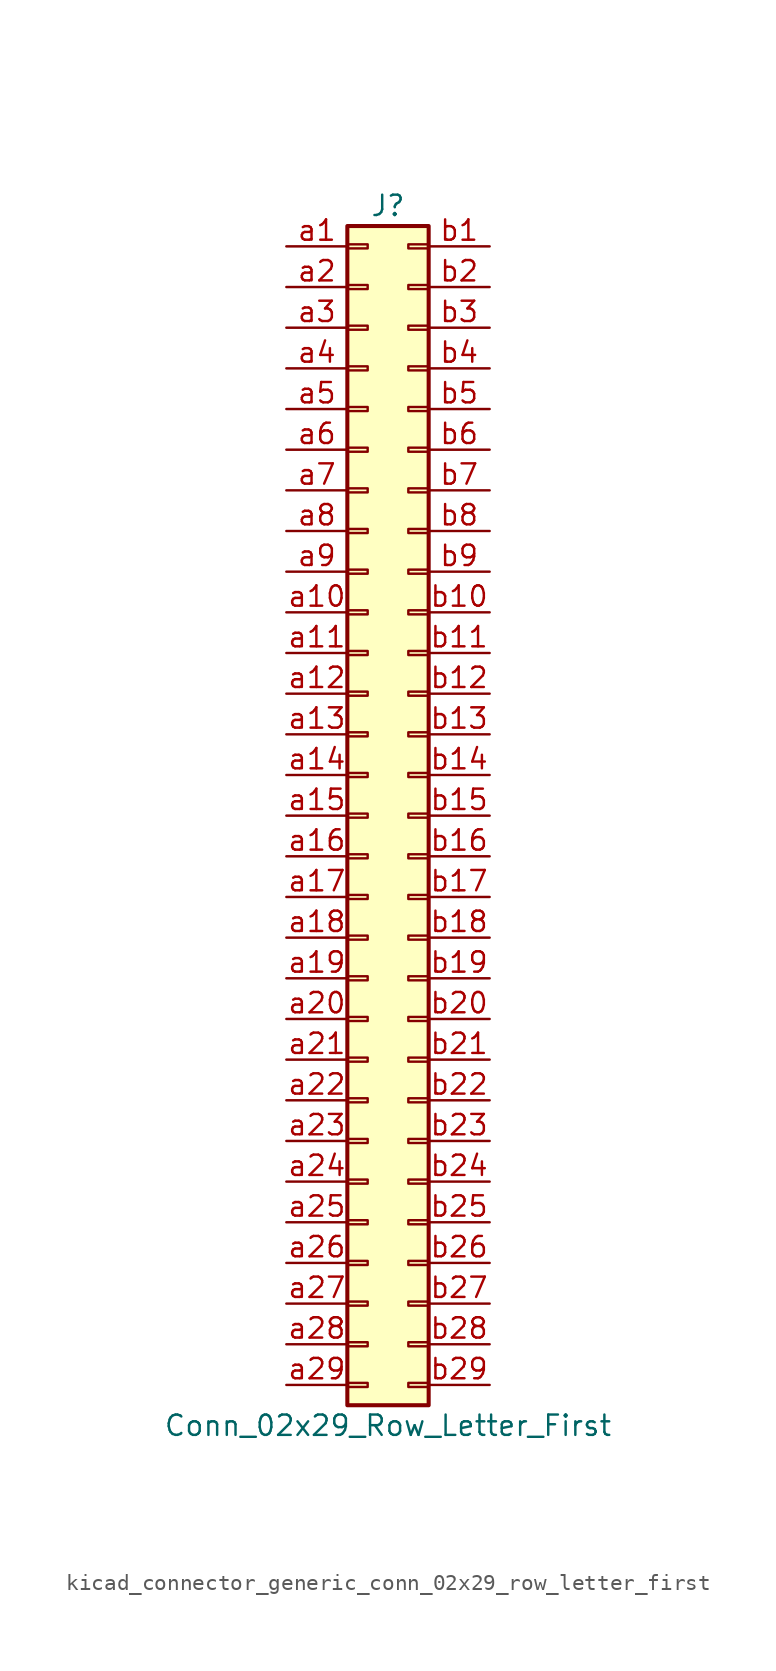
<source format=kicad_sym>
(kicad_symbol_lib
  (version 20220914)
  (generator kicad_symbol_editor)
  (symbol "kicad_connector_generic_conn_02x29_row_letter_first"
    (pin_names
      (offset 1.016) hide)
    (property "Reference" "J"
      (at 1.27 38.1 0)
      (effects (font (size 1.27 1.27))))
    (property "Value" "Conn_02x29_Row_Letter_First"
      (at 1.27 -38.1 0)
      (effects (font (size 1.27 1.27))))
    (symbol "kicad_connector_generic_conn_02x29_row_letter_first_1_1"
      (rectangle (start -1.27 -35.433) (end 0 -35.687) (stroke (width 0.152) (type default)) (fill (type none)))
      (rectangle (start -1.27 -32.893) (end 0 -33.147) (stroke (width 0.152) (type default)) (fill (type none)))
      (rectangle (start -1.27 -30.353) (end 0 -30.607) (stroke (width 0.152) (type default)) (fill (type none)))
      (rectangle (start -1.27 -27.813) (end 0 -28.067) (stroke (width 0.152) (type default)) (fill (type none)))
      (rectangle (start -1.27 -25.273) (end 0 -25.527) (stroke (width 0.152) (type default)) (fill (type none)))
      (rectangle (start -1.27 -22.733) (end 0 -22.987) (stroke (width 0.152) (type default)) (fill (type none)))
      (rectangle (start -1.27 -20.193) (end 0 -20.447) (stroke (width 0.152) (type default)) (fill (type none)))
      (rectangle (start -1.27 -17.653) (end 0 -17.907) (stroke (width 0.152) (type default)) (fill (type none)))
      (rectangle (start -1.27 -15.113) (end 0 -15.367) (stroke (width 0.152) (type default)) (fill (type none)))
      (rectangle (start -1.27 -12.573) (end 0 -12.827) (stroke (width 0.152) (type default)) (fill (type none)))
      (rectangle (start -1.27 -10.033) (end 0 -10.287) (stroke (width 0.152) (type default)) (fill (type none)))
      (rectangle (start -1.27 -7.493) (end 0 -7.747) (stroke (width 0.152) (type default)) (fill (type none)))
      (rectangle (start -1.27 -4.953) (end 0 -5.207) (stroke (width 0.152) (type default)) (fill (type none)))
      (rectangle (start -1.27 -2.413) (end 0 -2.667) (stroke (width 0.152) (type default)) (fill (type none)))
      (rectangle (start -1.27 0.127) (end 0 -0.127) (stroke (width 0.152) (type default)) (fill (type none)))
      (rectangle (start -1.27 2.667) (end 0 2.413) (stroke (width 0.152) (type default)) (fill (type none)))
      (rectangle (start -1.27 5.207) (end 0 4.953) (stroke (width 0.152) (type default)) (fill (type none)))
      (rectangle (start -1.27 7.747) (end 0 7.493) (stroke (width 0.152) (type default)) (fill (type none)))
      (rectangle (start -1.27 10.287) (end 0 10.033) (stroke (width 0.152) (type default)) (fill (type none)))
      (rectangle (start -1.27 12.827) (end 0 12.573) (stroke (width 0.152) (type default)) (fill (type none)))
      (rectangle (start -1.27 15.367) (end 0 15.113) (stroke (width 0.152) (type default)) (fill (type none)))
      (rectangle (start -1.27 17.907) (end 0 17.653) (stroke (width 0.152) (type default)) (fill (type none)))
      (rectangle (start -1.27 20.447) (end 0 20.193) (stroke (width 0.152) (type default)) (fill (type none)))
      (rectangle (start -1.27 22.987) (end 0 22.733) (stroke (width 0.152) (type default)) (fill (type none)))
      (rectangle (start -1.27 25.527) (end 0 25.273) (stroke (width 0.152) (type default)) (fill (type none)))
      (rectangle (start -1.27 28.067) (end 0 27.813) (stroke (width 0.152) (type default)) (fill (type none)))
      (rectangle (start -1.27 30.607) (end 0 30.353) (stroke (width 0.152) (type default)) (fill (type none)))
      (rectangle (start -1.27 33.147) (end 0 32.893) (stroke (width 0.152) (type default)) (fill (type none)))
      (rectangle (start -1.27 35.687) (end 0 35.433) (stroke (width 0.152) (type default)) (fill (type none)))
      (rectangle (start -1.27 36.83) (end 3.81 -36.83) (stroke (width 0.254) (type default)) (fill (type background)))
      (rectangle (start 3.81 -35.433) (end 2.54 -35.687) (stroke (width 0.152) (type default)) (fill (type none)))
      (rectangle (start 3.81 -32.893) (end 2.54 -33.147) (stroke (width 0.152) (type default)) (fill (type none)))
      (rectangle (start 3.81 -30.353) (end 2.54 -30.607) (stroke (width 0.152) (type default)) (fill (type none)))
      (rectangle (start 3.81 -27.813) (end 2.54 -28.067) (stroke (width 0.152) (type default)) (fill (type none)))
      (rectangle (start 3.81 -25.273) (end 2.54 -25.527) (stroke (width 0.152) (type default)) (fill (type none)))
      (rectangle (start 3.81 -22.733) (end 2.54 -22.987) (stroke (width 0.152) (type default)) (fill (type none)))
      (rectangle (start 3.81 -20.193) (end 2.54 -20.447) (stroke (width 0.152) (type default)) (fill (type none)))
      (rectangle (start 3.81 -17.653) (end 2.54 -17.907) (stroke (width 0.152) (type default)) (fill (type none)))
      (rectangle (start 3.81 -15.113) (end 2.54 -15.367) (stroke (width 0.152) (type default)) (fill (type none)))
      (rectangle (start 3.81 -12.573) (end 2.54 -12.827) (stroke (width 0.152) (type default)) (fill (type none)))
      (rectangle (start 3.81 -10.033) (end 2.54 -10.287) (stroke (width 0.152) (type default)) (fill (type none)))
      (rectangle (start 3.81 -7.493) (end 2.54 -7.747) (stroke (width 0.152) (type default)) (fill (type none)))
      (rectangle (start 3.81 -4.953) (end 2.54 -5.207) (stroke (width 0.152) (type default)) (fill (type none)))
      (rectangle (start 3.81 -2.413) (end 2.54 -2.667) (stroke (width 0.152) (type default)) (fill (type none)))
      (rectangle (start 3.81 0.127) (end 2.54 -0.127) (stroke (width 0.152) (type default)) (fill (type none)))
      (rectangle (start 3.81 2.667) (end 2.54 2.413) (stroke (width 0.152) (type default)) (fill (type none)))
      (rectangle (start 3.81 5.207) (end 2.54 4.953) (stroke (width 0.152) (type default)) (fill (type none)))
      (rectangle (start 3.81 7.747) (end 2.54 7.493) (stroke (width 0.152) (type default)) (fill (type none)))
      (rectangle (start 3.81 10.287) (end 2.54 10.033) (stroke (width 0.152) (type default)) (fill (type none)))
      (rectangle (start 3.81 12.827) (end 2.54 12.573) (stroke (width 0.152) (type default)) (fill (type none)))
      (rectangle (start 3.81 15.367) (end 2.54 15.113) (stroke (width 0.152) (type default)) (fill (type none)))
      (rectangle (start 3.81 17.907) (end 2.54 17.653) (stroke (width 0.152) (type default)) (fill (type none)))
      (rectangle (start 3.81 20.447) (end 2.54 20.193) (stroke (width 0.152) (type default)) (fill (type none)))
      (rectangle (start 3.81 22.987) (end 2.54 22.733) (stroke (width 0.152) (type default)) (fill (type none)))
      (rectangle (start 3.81 25.527) (end 2.54 25.273) (stroke (width 0.152) (type default)) (fill (type none)))
      (rectangle (start 3.81 28.067) (end 2.54 27.813) (stroke (width 0.152) (type default)) (fill (type none)))
      (rectangle (start 3.81 30.607) (end 2.54 30.353) (stroke (width 0.152) (type default)) (fill (type none)))
      (rectangle (start 3.81 33.147) (end 2.54 32.893) (stroke (width 0.152) (type default)) (fill (type none)))
      (rectangle (start 3.81 35.687) (end 2.54 35.433) (stroke (width 0.152) (type default)) (fill (type none)))
      (pin passive line (at -5.08 35.56 0) (length 3.81) (name "Pin_a1" (effects (font (size 1.27 1.27)))) (number "a1" (effects (font (size 1.27 1.27)))))
      (pin passive line (at -5.08 12.7 0) (length 3.81) (name "Pin_a10" (effects (font (size 1.27 1.27)))) (number "a10" (effects (font (size 1.27 1.27)))))
      (pin passive line (at -5.08 10.16 0) (length 3.81) (name "Pin_a11" (effects (font (size 1.27 1.27)))) (number "a11" (effects (font (size 1.27 1.27)))))
      (pin passive line (at -5.08 7.62 0) (length 3.81) (name "Pin_a12" (effects (font (size 1.27 1.27)))) (number "a12" (effects (font (size 1.27 1.27)))))
      (pin passive line (at -5.08 5.08 0) (length 3.81) (name "Pin_a13" (effects (font (size 1.27 1.27)))) (number "a13" (effects (font (size 1.27 1.27)))))
      (pin passive line (at -5.08 2.54 0) (length 3.81) (name "Pin_a14" (effects (font (size 1.27 1.27)))) (number "a14" (effects (font (size 1.27 1.27)))))
      (pin passive line (at -5.08 0 0) (length 3.81) (name "Pin_a15" (effects (font (size 1.27 1.27)))) (number "a15" (effects (font (size 1.27 1.27)))))
      (pin passive line (at -5.08 -2.54 0) (length 3.81) (name "Pin_a16" (effects (font (size 1.27 1.27)))) (number "a16" (effects (font (size 1.27 1.27)))))
      (pin passive line (at -5.08 -5.08 0) (length 3.81) (name "Pin_a17" (effects (font (size 1.27 1.27)))) (number "a17" (effects (font (size 1.27 1.27)))))
      (pin passive line (at -5.08 -7.62 0) (length 3.81) (name "Pin_a18" (effects (font (size 1.27 1.27)))) (number "a18" (effects (font (size 1.27 1.27)))))
      (pin passive line (at -5.08 -10.16 0) (length 3.81) (name "Pin_a19" (effects (font (size 1.27 1.27)))) (number "a19" (effects (font (size 1.27 1.27)))))
      (pin passive line (at -5.08 33.02 0) (length 3.81) (name "Pin_a2" (effects (font (size 1.27 1.27)))) (number "a2" (effects (font (size 1.27 1.27)))))
      (pin passive line (at -5.08 -12.7 0) (length 3.81) (name "Pin_a20" (effects (font (size 1.27 1.27)))) (number "a20" (effects (font (size 1.27 1.27)))))
      (pin passive line (at -5.08 -15.24 0) (length 3.81) (name "Pin_a21" (effects (font (size 1.27 1.27)))) (number "a21" (effects (font (size 1.27 1.27)))))
      (pin passive line (at -5.08 -17.78 0) (length 3.81) (name "Pin_a22" (effects (font (size 1.27 1.27)))) (number "a22" (effects (font (size 1.27 1.27)))))
      (pin passive line (at -5.08 -20.32 0) (length 3.81) (name "Pin_a23" (effects (font (size 1.27 1.27)))) (number "a23" (effects (font (size 1.27 1.27)))))
      (pin passive line (at -5.08 -22.86 0) (length 3.81) (name "Pin_a24" (effects (font (size 1.27 1.27)))) (number "a24" (effects (font (size 1.27 1.27)))))
      (pin passive line (at -5.08 -25.4 0) (length 3.81) (name "Pin_a25" (effects (font (size 1.27 1.27)))) (number "a25" (effects (font (size 1.27 1.27)))))
      (pin passive line (at -5.08 -27.94 0) (length 3.81) (name "Pin_a26" (effects (font (size 1.27 1.27)))) (number "a26" (effects (font (size 1.27 1.27)))))
      (pin passive line (at -5.08 -30.48 0) (length 3.81) (name "Pin_a27" (effects (font (size 1.27 1.27)))) (number "a27" (effects (font (size 1.27 1.27)))))
      (pin passive line (at -5.08 -33.02 0) (length 3.81) (name "Pin_a28" (effects (font (size 1.27 1.27)))) (number "a28" (effects (font (size 1.27 1.27)))))
      (pin passive line (at -5.08 -35.56 0) (length 3.81) (name "Pin_a29" (effects (font (size 1.27 1.27)))) (number "a29" (effects (font (size 1.27 1.27)))))
      (pin passive line (at -5.08 30.48 0) (length 3.81) (name "Pin_a3" (effects (font (size 1.27 1.27)))) (number "a3" (effects (font (size 1.27 1.27)))))
      (pin passive line (at -5.08 27.94 0) (length 3.81) (name "Pin_a4" (effects (font (size 1.27 1.27)))) (number "a4" (effects (font (size 1.27 1.27)))))
      (pin passive line (at -5.08 25.4 0) (length 3.81) (name "Pin_a5" (effects (font (size 1.27 1.27)))) (number "a5" (effects (font (size 1.27 1.27)))))
      (pin passive line (at -5.08 22.86 0) (length 3.81) (name "Pin_a6" (effects (font (size 1.27 1.27)))) (number "a6" (effects (font (size 1.27 1.27)))))
      (pin passive line (at -5.08 20.32 0) (length 3.81) (name "Pin_a7" (effects (font (size 1.27 1.27)))) (number "a7" (effects (font (size 1.27 1.27)))))
      (pin passive line (at -5.08 17.78 0) (length 3.81) (name "Pin_a8" (effects (font (size 1.27 1.27)))) (number "a8" (effects (font (size 1.27 1.27)))))
      (pin passive line (at -5.08 15.24 0) (length 3.81) (name "Pin_a9" (effects (font (size 1.27 1.27)))) (number "a9" (effects (font (size 1.27 1.27)))))
      (pin passive line (at 7.62 35.56 180) (length 3.81) (name "Pin_b1" (effects (font (size 1.27 1.27)))) (number "b1" (effects (font (size 1.27 1.27)))))
      (pin passive line (at 7.62 12.7 180) (length 3.81) (name "Pin_b10" (effects (font (size 1.27 1.27)))) (number "b10" (effects (font (size 1.27 1.27)))))
      (pin passive line (at 7.62 10.16 180) (length 3.81) (name "Pin_b11" (effects (font (size 1.27 1.27)))) (number "b11" (effects (font (size 1.27 1.27)))))
      (pin passive line (at 7.62 7.62 180) (length 3.81) (name "Pin_b12" (effects (font (size 1.27 1.27)))) (number "b12" (effects (font (size 1.27 1.27)))))
      (pin passive line (at 7.62 5.08 180) (length 3.81) (name "Pin_b13" (effects (font (size 1.27 1.27)))) (number "b13" (effects (font (size 1.27 1.27)))))
      (pin passive line (at 7.62 2.54 180) (length 3.81) (name "Pin_b14" (effects (font (size 1.27 1.27)))) (number "b14" (effects (font (size 1.27 1.27)))))
      (pin passive line (at 7.62 0 180) (length 3.81) (name "Pin_b15" (effects (font (size 1.27 1.27)))) (number "b15" (effects (font (size 1.27 1.27)))))
      (pin passive line (at 7.62 -2.54 180) (length 3.81) (name "Pin_b16" (effects (font (size 1.27 1.27)))) (number "b16" (effects (font (size 1.27 1.27)))))
      (pin passive line (at 7.62 -5.08 180) (length 3.81) (name "Pin_b17" (effects (font (size 1.27 1.27)))) (number "b17" (effects (font (size 1.27 1.27)))))
      (pin passive line (at 7.62 -7.62 180) (length 3.81) (name "Pin_b18" (effects (font (size 1.27 1.27)))) (number "b18" (effects (font (size 1.27 1.27)))))
      (pin passive line (at 7.62 -10.16 180) (length 3.81) (name "Pin_b19" (effects (font (size 1.27 1.27)))) (number "b19" (effects (font (size 1.27 1.27)))))
      (pin passive line (at 7.62 33.02 180) (length 3.81) (name "Pin_b2" (effects (font (size 1.27 1.27)))) (number "b2" (effects (font (size 1.27 1.27)))))
      (pin passive line (at 7.62 -12.7 180) (length 3.81) (name "Pin_b20" (effects (font (size 1.27 1.27)))) (number "b20" (effects (font (size 1.27 1.27)))))
      (pin passive line (at 7.62 -15.24 180) (length 3.81) (name "Pin_b21" (effects (font (size 1.27 1.27)))) (number "b21" (effects (font (size 1.27 1.27)))))
      (pin passive line (at 7.62 -17.78 180) (length 3.81) (name "Pin_b22" (effects (font (size 1.27 1.27)))) (number "b22" (effects (font (size 1.27 1.27)))))
      (pin passive line (at 7.62 -20.32 180) (length 3.81) (name "Pin_b23" (effects (font (size 1.27 1.27)))) (number "b23" (effects (font (size 1.27 1.27)))))
      (pin passive line (at 7.62 -22.86 180) (length 3.81) (name "Pin_b24" (effects (font (size 1.27 1.27)))) (number "b24" (effects (font (size 1.27 1.27)))))
      (pin passive line (at 7.62 -25.4 180) (length 3.81) (name "Pin_b25" (effects (font (size 1.27 1.27)))) (number "b25" (effects (font (size 1.27 1.27)))))
      (pin passive line (at 7.62 -27.94 180) (length 3.81) (name "Pin_b26" (effects (font (size 1.27 1.27)))) (number "b26" (effects (font (size 1.27 1.27)))))
      (pin passive line (at 7.62 -30.48 180) (length 3.81) (name "Pin_b27" (effects (font (size 1.27 1.27)))) (number "b27" (effects (font (size 1.27 1.27)))))
      (pin passive line (at 7.62 -33.02 180) (length 3.81) (name "Pin_b28" (effects (font (size 1.27 1.27)))) (number "b28" (effects (font (size 1.27 1.27)))))
      (pin passive line (at 7.62 -35.56 180) (length 3.81) (name "Pin_b29" (effects (font (size 1.27 1.27)))) (number "b29" (effects (font (size 1.27 1.27)))))
      (pin passive line (at 7.62 30.48 180) (length 3.81) (name "Pin_b3" (effects (font (size 1.27 1.27)))) (number "b3" (effects (font (size 1.27 1.27)))))
      (pin passive line (at 7.62 27.94 180) (length 3.81) (name "Pin_b4" (effects (font (size 1.27 1.27)))) (number "b4" (effects (font (size 1.27 1.27)))))
      (pin passive line (at 7.62 25.4 180) (length 3.81) (name "Pin_b5" (effects (font (size 1.27 1.27)))) (number "b5" (effects (font (size 1.27 1.27)))))
      (pin passive line (at 7.62 22.86 180) (length 3.81) (name "Pin_b6" (effects (font (size 1.27 1.27)))) (number "b6" (effects (font (size 1.27 1.27)))))
      (pin passive line (at 7.62 20.32 180) (length 3.81) (name "Pin_b7" (effects (font (size 1.27 1.27)))) (number "b7" (effects (font (size 1.27 1.27)))))
      (pin passive line (at 7.62 17.78 180) (length 3.81) (name "Pin_b8" (effects (font (size 1.27 1.27)))) (number "b8" (effects (font (size 1.27 1.27)))))
      (pin passive line (at 7.62 15.24 180) (length 3.81) (name "Pin_b9" (effects (font (size 1.27 1.27)))) (number "b9" (effects (font (size 1.27 1.27))))))))
</source>
